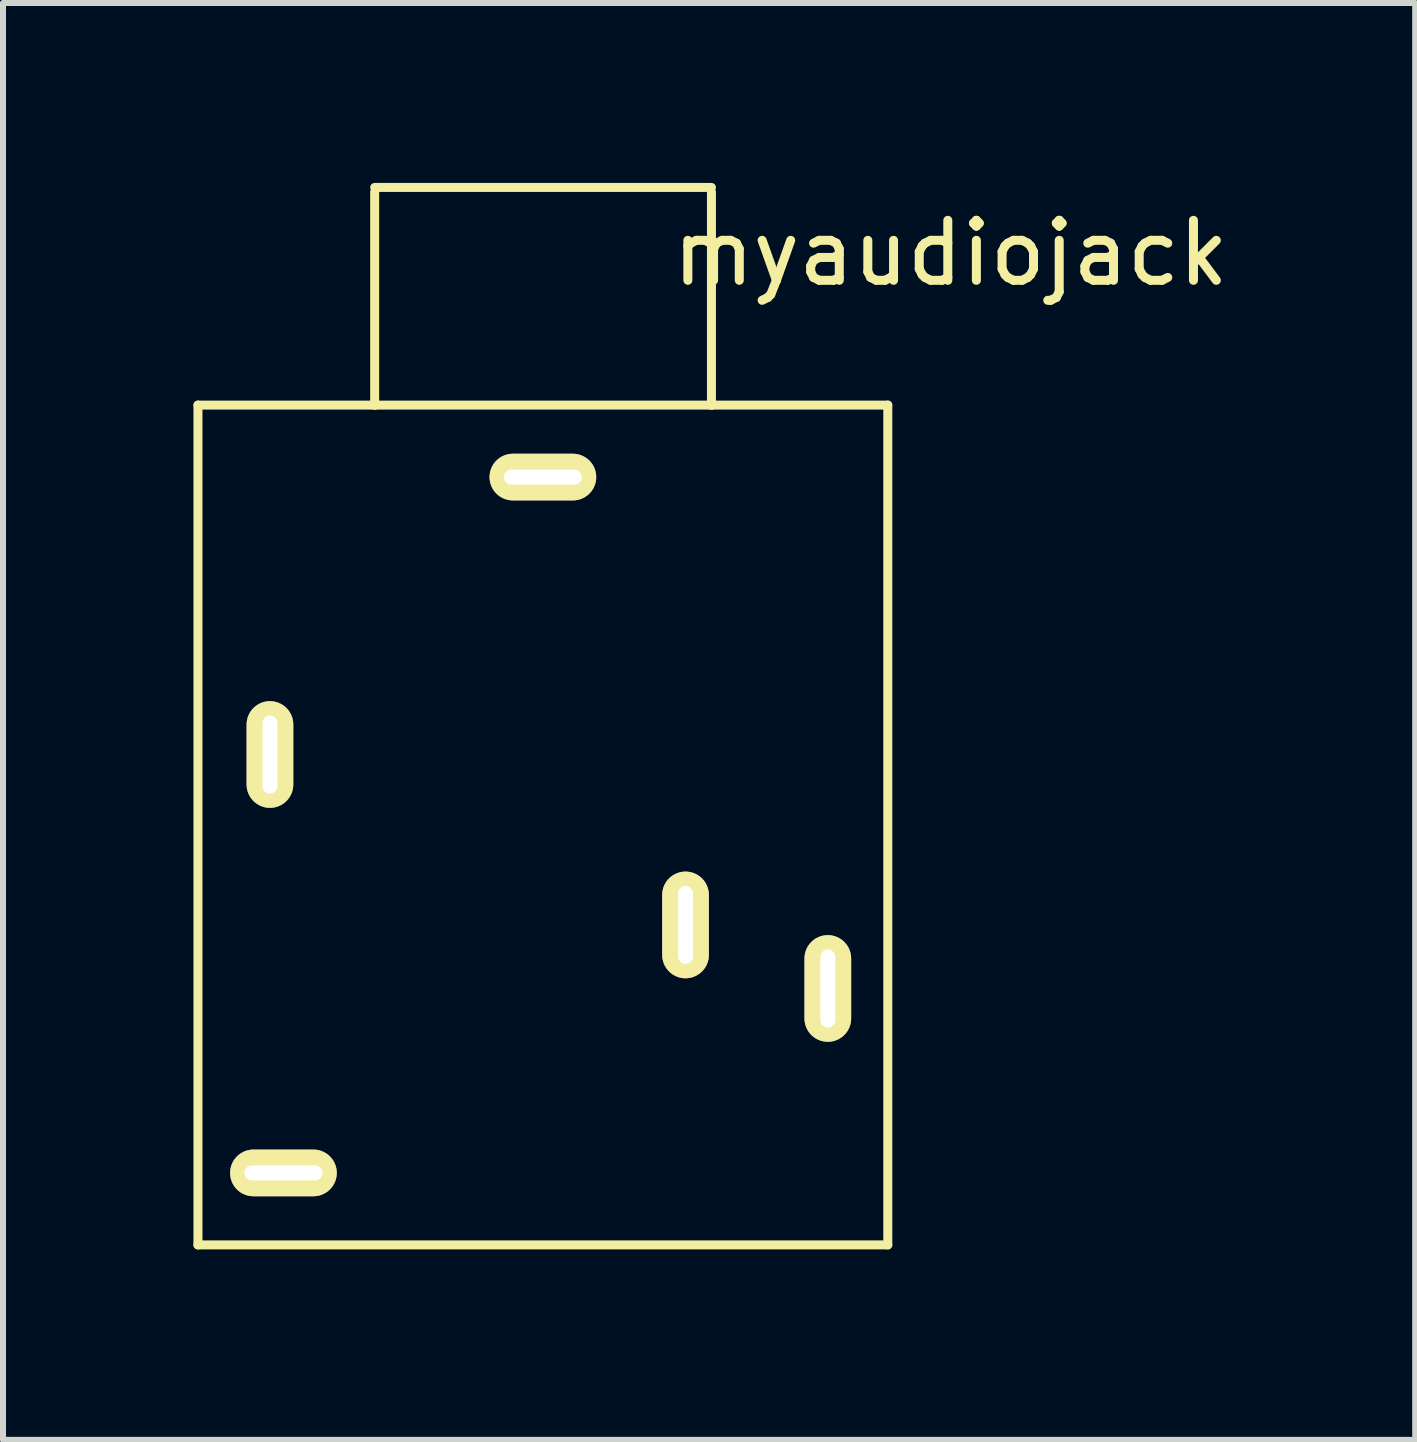
<source format=kicad_pcb>
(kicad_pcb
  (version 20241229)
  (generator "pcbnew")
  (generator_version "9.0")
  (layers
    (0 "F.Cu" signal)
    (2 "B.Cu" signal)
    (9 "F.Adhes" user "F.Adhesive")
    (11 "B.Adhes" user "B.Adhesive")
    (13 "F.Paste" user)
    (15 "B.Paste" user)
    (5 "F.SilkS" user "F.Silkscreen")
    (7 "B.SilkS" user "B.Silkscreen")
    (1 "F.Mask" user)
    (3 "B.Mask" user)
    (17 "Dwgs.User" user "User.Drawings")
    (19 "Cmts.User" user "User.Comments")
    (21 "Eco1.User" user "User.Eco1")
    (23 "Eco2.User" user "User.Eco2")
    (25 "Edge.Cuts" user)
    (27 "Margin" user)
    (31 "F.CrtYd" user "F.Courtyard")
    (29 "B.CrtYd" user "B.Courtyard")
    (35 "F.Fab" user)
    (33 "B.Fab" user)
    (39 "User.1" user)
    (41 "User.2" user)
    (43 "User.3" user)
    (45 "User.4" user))
  (footprint "myaudiojack"
    (layer "F.Cu")
    (at 0.25 17.703)
    (property "Reference" "myaudiojack" (at 12.548 -16.535 0) (layer "F.SilkS") (effects (font (size 1 1) (thickness 0.15))))
    (attr through_hole)
    (fp_line (start 0 -14) (end 11.5 -14) (stroke (width 0.15) (type solid)) (layer "F.SilkS"))
    (fp_line (start 0 0) (end 0 -14) (stroke (width 0.15) (type solid)) (layer "F.SilkS"))
    (fp_line (start 2.946 -17.628) (end 8.56 -17.628) (stroke (width 0.15) (type solid)) (layer "F.SilkS"))
    (fp_line (start 2.946 -13.995) (end 2.946 -17.551) (stroke (width 0.15) (type solid)) (layer "F.SilkS"))
    (fp_line (start 8.56 -13.995) (end 8.56 -17.551) (stroke (width 0.15) (type solid)) (layer "F.SilkS"))
    (fp_line (start 11.5 -14) (end 11.5 0) (stroke (width 0.15) (type solid)) (layer "F.SilkS"))
    (fp_line (start 11.5 0) (end 0 0) (stroke (width 0.15) (type solid)) (layer "F.SilkS"))
    (pad "1" thru_hole oval (at 5.75 -12.8) (size 1.778 0.778) (drill oval 1.3 0.25) (layers "*.Cu" "*.Mask" "F.SilkS"))
    (pad "2" thru_hole oval (at 1.2 -8.175) (size 0.778 1.778) (drill oval 0.25 1.3) (layers "*.Cu" "*.Mask" "F.SilkS"))
    (pad "3" thru_hole oval (at 10.5 -4.275) (size 0.778 1.778) (drill oval 0.25 1.3) (layers "*.Cu" "*.Mask" "F.SilkS"))
    (pad "5" thru_hole oval (at 1.425 -1.2) (size 1.778 0.778) (drill oval 1.3 0.25) (layers "*.Cu" "*.Mask" "F.SilkS"))
    (pad "6" thru_hole oval (at 8.128 -5.334) (size 0.778 1.778) (drill oval 0.25 1.3) (layers "*.Cu" "*.Mask" "F.SilkS")))
  (gr_rect
    (start -3 -3)
    (end 20.542 20.953)
    (stroke (width 0.1) (type default))
    (fill no)
    (layer "Edge.Cuts")))
</source>
